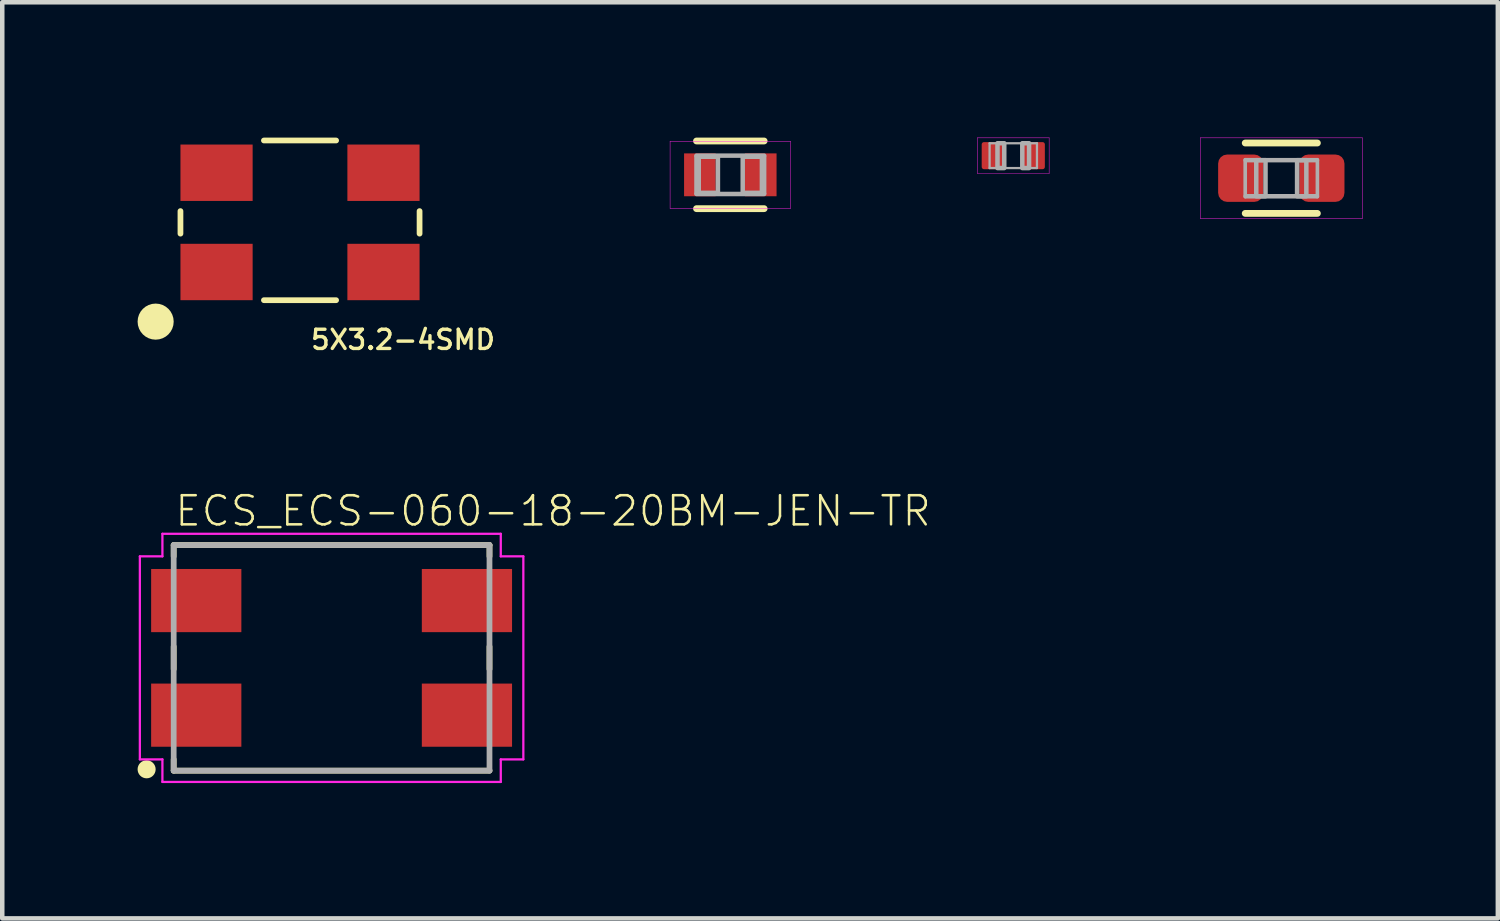
<source format=kicad_pcb>
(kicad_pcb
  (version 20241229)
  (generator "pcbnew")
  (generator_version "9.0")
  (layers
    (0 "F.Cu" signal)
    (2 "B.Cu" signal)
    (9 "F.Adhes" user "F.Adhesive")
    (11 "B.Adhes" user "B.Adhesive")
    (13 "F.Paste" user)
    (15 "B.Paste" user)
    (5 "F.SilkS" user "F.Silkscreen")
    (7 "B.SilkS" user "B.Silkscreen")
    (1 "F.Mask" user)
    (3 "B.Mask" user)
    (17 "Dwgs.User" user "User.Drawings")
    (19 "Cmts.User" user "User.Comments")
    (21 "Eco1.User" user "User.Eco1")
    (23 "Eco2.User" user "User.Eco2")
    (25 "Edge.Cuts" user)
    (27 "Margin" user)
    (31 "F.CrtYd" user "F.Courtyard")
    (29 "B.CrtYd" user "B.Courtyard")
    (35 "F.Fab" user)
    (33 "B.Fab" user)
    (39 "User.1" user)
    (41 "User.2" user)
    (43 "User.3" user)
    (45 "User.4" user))
  (footprint "5X3.2-4SMD"
    (layer "F.Cu")
    (at 3.6 1.879)
    (property "Reference" "5X3.2-4SMD" (at 0.2 2.85 0) (layer "F.SilkS") (effects (font (size 0.425 0.425) (thickness 0.075)) (justify left bottom)))
    (fp_line (start -2.65 0.25) (end -2.65 -0.25) (stroke (width 0.127) (type solid)) (layer "F.SilkS"))
    (fp_line (start -0.8 -1.815) (end 0.8 -1.815) (stroke (width 0.127) (type solid)) (layer "F.SilkS"))
    (fp_line (start -0.8 1.725) (end 0.8 1.725) (stroke (width 0.127) (type solid)) (layer "F.SilkS"))
    (fp_line (start 2.65 0.25) (end 2.65 -0.25) (stroke (width 0.127) (type solid)) (layer "F.SilkS"))
    (fp_circle (center -3.2 2.2) (end -3 2.2) (stroke (width 0.4) (type solid)) (fill no) (layer "F.SilkS"))
    (fp_poly (pts (xy -1.7 -0.45) (xy -1.05 -0.45) (xy -1.05 -1.35) (xy -1.7 -1.35)) (stroke (width 0) (type solid)) (fill yes) (layer "F.Paste"))
    (fp_poly (pts (xy -1.7 1.35) (xy -1.05 1.35) (xy -1.05 0.45) (xy -1.7 0.45)) (stroke (width 0) (type solid)) (fill yes) (layer "F.Paste"))
    (fp_poly (pts (xy 1.05 -0.45) (xy 1.7 -0.45) (xy 1.7 -1.35) (xy 1.05 -1.35)) (stroke (width 0) (type solid)) (fill yes) (layer "F.Paste"))
    (fp_poly (pts (xy 1.05 1.35) (xy 1.7 1.35) (xy 1.7 0.45) (xy 1.05 0.45)) (stroke (width 0) (type solid)) (fill yes) (layer "F.Paste"))
    (pad "1" smd rect (at -1.85 1.1) (size 1.6 1.25) (layers "F.Cu" "F.Mask"))
    (pad "2" smd rect (at 1.85 1.1) (size 1.6 1.25) (layers "F.Cu" "F.Mask"))
    (pad "3" smd rect (at 1.85 -1.1) (size 1.6 1.25) (layers "F.Cu" "F.Mask"))
    (pad "4" smd rect (at -1.85 -1.1) (size 1.6 1.25) (layers "F.Cu" "F.Mask")))
  (footprint "ECS_ECS-060-18-20BM-JEN-TR"
    (layer "F.Cu")
    (at 4.3 11.532)
    (property "Reference" "ECS_ECS-060-18-20BM-JEN-TR" (at -3.51 -2.878 0) (layer "F.SilkS") (effects (font (size 0.646 0.646) (thickness 0.056)) (justify left bottom)))
    (fp_line (start -3.5 -2.5) (end -3.5 -2.25) (stroke (width 0.127) (type solid)) (layer "F.SilkS"))
    (fp_line (start -3.5 -2.5) (end 3.5 -2.5) (stroke (width 0.127) (type solid)) (layer "F.SilkS"))
    (fp_line (start -3.5 0.25) (end -3.5 -0.25) (stroke (width 0.127) (type solid)) (layer "F.SilkS"))
    (fp_line (start -3.5 2.25) (end -3.5 2.5) (stroke (width 0.127) (type solid)) (layer "F.SilkS"))
    (fp_line (start 3.5 -2.5) (end 3.5 -2.25) (stroke (width 0.127) (type solid)) (layer "F.SilkS"))
    (fp_line (start 3.5 0.25) (end 3.5 -0.25) (stroke (width 0.127) (type solid)) (layer "F.SilkS"))
    (fp_line (start 3.5 2.5) (end -3.5 2.5) (stroke (width 0.127) (type solid)) (layer "F.SilkS"))
    (fp_circle (center -4.1 2.47) (end -4 2.47) (stroke (width 0.2) (type solid)) (fill no) (layer "F.SilkS"))
    (fp_line (start -4.25 -2.25) (end -4.25 2.25) (stroke (width 0.05) (type solid)) (layer "F.CrtYd"))
    (fp_line (start -4.25 2.25) (end -3.75 2.25) (stroke (width 0.05) (type solid)) (layer "F.CrtYd"))
    (fp_line (start -3.75 -2.75) (end -3.75 -2.25) (stroke (width 0.05) (type solid)) (layer "F.CrtYd"))
    (fp_line (start -3.75 -2.25) (end -4.25 -2.25) (stroke (width 0.05) (type solid)) (layer "F.CrtYd"))
    (fp_line (start -3.75 2.25) (end -3.75 2.75) (stroke (width 0.05) (type solid)) (layer "F.CrtYd"))
    (fp_line (start -3.75 2.75) (end 3.75 2.75) (stroke (width 0.05) (type solid)) (layer "F.CrtYd"))
    (fp_line (start 3.75 -2.75) (end -3.75 -2.75) (stroke (width 0.05) (type solid)) (layer "F.CrtYd"))
    (fp_line (start 3.75 -2.25) (end 3.75 -2.75) (stroke (width 0.05) (type solid)) (layer "F.CrtYd"))
    (fp_line (start 3.75 2.25) (end 4.25 2.25) (stroke (width 0.05) (type solid)) (layer "F.CrtYd"))
    (fp_line (start 3.75 2.75) (end 3.75 2.25) (stroke (width 0.05) (type solid)) (layer "F.CrtYd"))
    (fp_line (start 4.25 -2.25) (end 3.75 -2.25) (stroke (width 0.05) (type solid)) (layer "F.CrtYd"))
    (fp_line (start 4.25 2.25) (end 4.25 -2.25) (stroke (width 0.05) (type solid)) (layer "F.CrtYd"))
    (fp_line (start -3.5 -2.5) (end 3.5 -2.5) (stroke (width 0.127) (type solid)) (layer "F.Fab"))
    (fp_line (start -3.5 2.5) (end -3.5 -2.5) (stroke (width 0.127) (type solid)) (layer "F.Fab"))
    (fp_line (start 3.5 -2.5) (end 3.5 2.5) (stroke (width 0.127) (type solid)) (layer "F.Fab"))
    (fp_line (start 3.5 2.5) (end -3.5 2.5) (stroke (width 0.127) (type solid)) (layer "F.Fab"))
    (pad "1" smd rect (at -3 1.27 90) (size 1.4 2) (layers "F.Cu" "F.Mask" "F.Paste"))
    (pad "2" smd rect (at 3 1.27 90) (size 1.4 2) (layers "F.Cu" "F.Mask" "F.Paste"))
    (pad "3" smd rect (at 3 -1.27 90) (size 1.4 2) (layers "F.Cu" "F.Mask" "F.Paste"))
    (pad "4" smd rect (at -3 -1.27 90) (size 1.4 2) (layers "F.Cu" "F.Mask" "F.Paste")))
  (footprint ".0603-A"
    (layer "F.Cu")
    (at 25.351 0.9)
    (property "Reference" ".0603-A" (at 0 0 0) (layer "F.Mask") (effects (font (size 0.255 0.255) (thickness 0.045))))
    (fp_line (start -0.8 0.41) (end -0.8 -0.41) (stroke (width 0.08) (type solid)) (layer "F.Mask"))
    (fp_line (start -0.79 -0.4) (end 0.79 -0.4) (stroke (width 0.1) (type solid)) (layer "F.Mask"))
    (fp_line (start 0.79 0.4) (end -0.79 0.4) (stroke (width 0.1) (type solid)) (layer "F.Mask"))
    (fp_line (start 0.8 -0.41) (end 0.8 0.41) (stroke (width 0.08) (type solid)) (layer "F.Mask"))
    (fp_poly (pts (xy -0.34 0.59) (xy -1.46 0.59) (xy -1.46 -0.59) (xy -0.34 -0.59)) (stroke (width 0) (type solid)) (fill yes) (layer "F.Mask"))
    (fp_poly (pts (xy 1.46 0.59) (xy 0.34 0.59) (xy 0.34 -0.59) (xy 1.46 -0.59)) (stroke (width 0) (type solid)) (fill yes) (layer "F.Mask"))
    (fp_line (start -0.8 0.78) (end 0.8 0.78) (stroke (width 0.15) (type solid)) (layer "F.SilkS"))
    (fp_line (start 0.8 -0.78) (end -0.8 -0.78) (stroke (width 0.15) (type solid)) (layer "F.SilkS"))
    (fp_line (start -1.795 -0.895) (end -1.795 0.895) (stroke (width 0.01) (type solid)) (layer "F.CrtYd"))
    (fp_line (start -1.795 0.895) (end 1.795 0.895) (stroke (width 0.01) (type solid)) (layer "F.CrtYd"))
    (fp_line (start 1.795 -0.895) (end -1.795 -0.895) (stroke (width 0.01) (type solid)) (layer "F.CrtYd"))
    (fp_line (start 1.795 0.895) (end 1.795 -0.895) (stroke (width 0.01) (type solid)) (layer "F.CrtYd"))
    (fp_line (start -0.8 0.41) (end -0.8 -0.41) (stroke (width 0.08) (type solid)) (layer "F.Fab"))
    (fp_line (start -0.79 -0.4) (end 0.79 -0.4) (stroke (width 0.1) (type solid)) (layer "F.Fab"))
    (fp_line (start 0.79 0.4) (end -0.79 0.4) (stroke (width 0.1) (type solid)) (layer "F.Fab"))
    (fp_line (start 0.8 -0.41) (end 0.8 0.41) (stroke (width 0.08) (type solid)) (layer "F.Fab"))
    (fp_poly (pts (xy -0.555 0.4) (xy -0.35 0.4) (xy -0.35 -0.4) (xy -0.555 -0.4)) (stroke (width 0.1) (type solid)) (fill no) (layer "F.Fab"))
    (fp_poly (pts (xy 0.35 0.4) (xy 0.555 0.4) (xy 0.555 -0.4) (xy 0.35 -0.4)) (stroke (width 0.1) (type solid)) (fill no) (layer "F.Fab"))
    (pad "1" smd roundrect (at -0.9 0) (size 1 1.05) (layers "F.Cu" "F.Paste") (roundrect_rratio 0.2))
    (pad "2" smd roundrect (at 0.9 0) (size 1 1.05) (layers "F.Cu" "F.Paste") (roundrect_rratio 0.2)))
  (footprint "0603-THERMISTOR-B"
    (layer "F.Cu")
    (at 13.138 0.825)
    (property "Reference" "0603-THERMISTOR-B" (at 0 0 0) (layer "F.Mask") (effects (font (size 0.255 0.255) (thickness 0.045))))
    (fp_line (start -0.762 0.41) (end -0.762 -0.41) (stroke (width 0.075) (type solid)) (layer "F.Mask"))
    (fp_line (start -0.75 -0.425) (end 0.75 -0.425) (stroke (width 0.1) (type solid)) (layer "F.Mask"))
    (fp_line (start 0.75 0.425) (end -0.75 0.425) (stroke (width 0.1) (type solid)) (layer "F.Mask"))
    (fp_line (start 0.762 -0.41) (end 0.762 0.41) (stroke (width 0.075) (type solid)) (layer "F.Mask"))
    (fp_poly (pts (xy -1.09 0.54) (xy -0.26 0.54) (xy -0.26 -0.54) (xy -1.09 -0.54)) (stroke (width 0) (type solid)) (fill yes) (layer "F.Mask"))
    (fp_poly (pts (xy 0.26 0.54) (xy 1.09 0.54) (xy 1.09 -0.54) (xy 0.26 -0.54)) (stroke (width 0) (type solid)) (fill yes) (layer "F.Mask"))
    (fp_line (start -0.75 0.75) (end 0.75 0.75) (stroke (width 0.15) (type solid)) (layer "F.SilkS"))
    (fp_line (start 0.75 -0.75) (end -0.75 -0.75) (stroke (width 0.15) (type solid)) (layer "F.SilkS"))
    (fp_line (start -1.335 -0.745) (end -1.335 0.745) (stroke (width 0.01) (type solid)) (layer "F.CrtYd"))
    (fp_line (start -1.335 0.745) (end 1.335 0.745) (stroke (width 0.01) (type solid)) (layer "F.CrtYd"))
    (fp_line (start 1.335 -0.745) (end -1.335 -0.745) (stroke (width 0.01) (type solid)) (layer "F.CrtYd"))
    (fp_line (start 1.335 0.745) (end 1.335 -0.745) (stroke (width 0.01) (type solid)) (layer "F.CrtYd"))
    (fp_line (start -0.762 0.41) (end -0.762 -0.41) (stroke (width 0.075) (type solid)) (layer "F.Fab"))
    (fp_line (start -0.75 -0.425) (end 0.75 -0.425) (stroke (width 0.1) (type solid)) (layer "F.Fab"))
    (fp_line (start 0.75 0.425) (end -0.75 0.425) (stroke (width 0.1) (type solid)) (layer "F.Fab"))
    (fp_line (start 0.762 -0.41) (end 0.762 0.41) (stroke (width 0.075) (type solid)) (layer "F.Fab"))
    (fp_poly (pts (xy -0.7 0.4) (xy -0.275 0.4) (xy -0.275 -0.4) (xy -0.7 -0.4)) (stroke (width 0.1) (type solid)) (fill no) (layer "F.Fab"))
    (fp_poly (pts (xy 0.275 0.4) (xy 0.7 0.4) (xy 0.7 -0.4) (xy 0.275 -0.4)) (stroke (width 0.1) (type solid)) (fill no) (layer "F.Fab"))
    (pad "1" smd rect (at -0.675 0) (size 0.7 0.95) (layers "F.Cu" "F.Paste"))
    (pad "2" smd rect (at 0.675 0) (size 0.7 0.95) (layers "F.Cu" "F.Paste")))
  (footprint ".0402-C-NOSILK"
    (layer "F.Cu")
    (at 19.41 0.4)
    (property "Reference" ".0402-C-NOSILK" (at 0 0 0) (layer "F.Mask") (effects (font (size 0.17 0.17) (thickness 0.03))))
    (fp_line (start -0.525 -0.275) (end 0.525 -0.275) (stroke (width 0.05) (type solid)) (layer "F.Mask"))
    (fp_line (start -0.525 0.275) (end -0.525 -0.275) (stroke (width 0.05) (type solid)) (layer "F.Mask"))
    (fp_line (start 0.525 -0.275) (end 0.525 0.275) (stroke (width 0.05) (type solid)) (layer "F.Mask"))
    (fp_line (start 0.525 0.275) (end -0.525 0.275) (stroke (width 0.05) (type solid)) (layer "F.Mask"))
    (fp_poly (pts (xy -0.76 0.36) (xy -0.14 0.36) (xy -0.14 -0.36) (xy -0.76 -0.36)) (stroke (width 0) (type solid)) (fill yes) (layer "F.Mask"))
    (fp_poly (pts (xy 0.14 0.36) (xy 0.76 0.36) (xy 0.76 -0.36) (xy 0.14 -0.36)) (stroke (width 0) (type solid)) (fill yes) (layer "F.Mask"))
    (fp_line (start -0.795 -0.395) (end -0.795 0.395) (stroke (width 0.01) (type solid)) (layer "F.CrtYd"))
    (fp_line (start -0.795 0.395) (end 0.795 0.395) (stroke (width 0.01) (type solid)) (layer "F.CrtYd"))
    (fp_line (start 0.795 -0.395) (end -0.795 -0.395) (stroke (width 0.01) (type solid)) (layer "F.CrtYd"))
    (fp_line (start 0.795 0.395) (end 0.795 -0.395) (stroke (width 0.01) (type solid)) (layer "F.CrtYd"))
    (fp_line (start -0.525 -0.275) (end 0.525 -0.275) (stroke (width 0.05) (type solid)) (layer "F.Fab"))
    (fp_line (start -0.525 0.275) (end -0.525 -0.275) (stroke (width 0.05) (type solid)) (layer "F.Fab"))
    (fp_line (start 0.525 -0.275) (end 0.525 0.275) (stroke (width 0.05) (type solid)) (layer "F.Fab"))
    (fp_line (start 0.525 0.275) (end -0.525 0.275) (stroke (width 0.05) (type solid)) (layer "F.Fab"))
    (fp_poly (pts (xy -0.35 0.275) (xy -0.2 0.275) (xy -0.2 -0.275) (xy -0.35 -0.275)) (stroke (width 0.1) (type solid)) (fill no) (layer "F.Fab"))
    (fp_poly (pts (xy 0.2 0.275) (xy 0.35 0.275) (xy 0.35 -0.275) (xy 0.2 -0.275)) (stroke (width 0.1) (type solid)) (fill no) (layer "F.Fab"))
    (pad "1" smd roundrect (at -0.45 0) (size 0.5 0.6) (layers "F.Cu" "F.Paste") (roundrect_rratio 0.1))
    (pad "2" smd roundrect (at 0.45 0) (size 0.5 0.6) (layers "F.Cu" "F.Paste") (roundrect_rratio 0.1)))
  (gr_rect
    (start -3 -3)
    (end 30.151 17.307)
    (stroke (width 0.1) (type default))
    (fill no)
    (layer "Edge.Cuts")))
</source>
